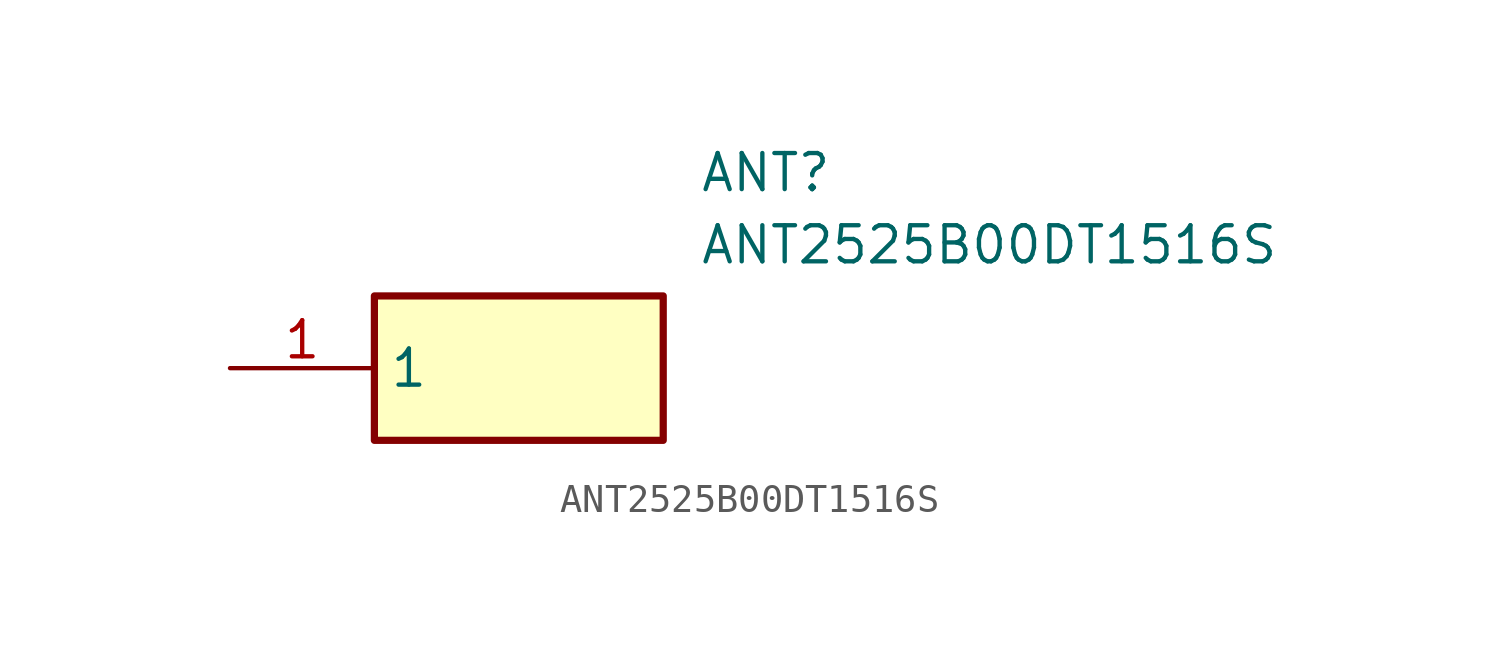
<source format=kicad_sym>
(kicad_symbol_lib
  (version 20211014)
  (generator SamacSys_ECAD_Model)
  (symbol "ANT2525B00DT1516S"
    (property "Reference" "ANT"
      (at 16.51 7.62 0)
      (effects (font (size 1.27 1.27)) (justify left top)))
    (property "Value" "ANT2525B00DT1516S"
      (at 16.51 5.08 0)
      (effects (font (size 1.27 1.27)) (justify left top)))
    (rectangle
      (start 5.08 2.54)
      (end 15.24 -2.54)
      (stroke (width 0.254) (type default))
      (fill (type background)))
    (pin passive line
      (at 0 0 0)
      (length 5.08)
      (name "1" (effects (font (size 1.27 1.27))))
      (number "1" (effects (font (size 1.27 1.27)))))))
</source>
